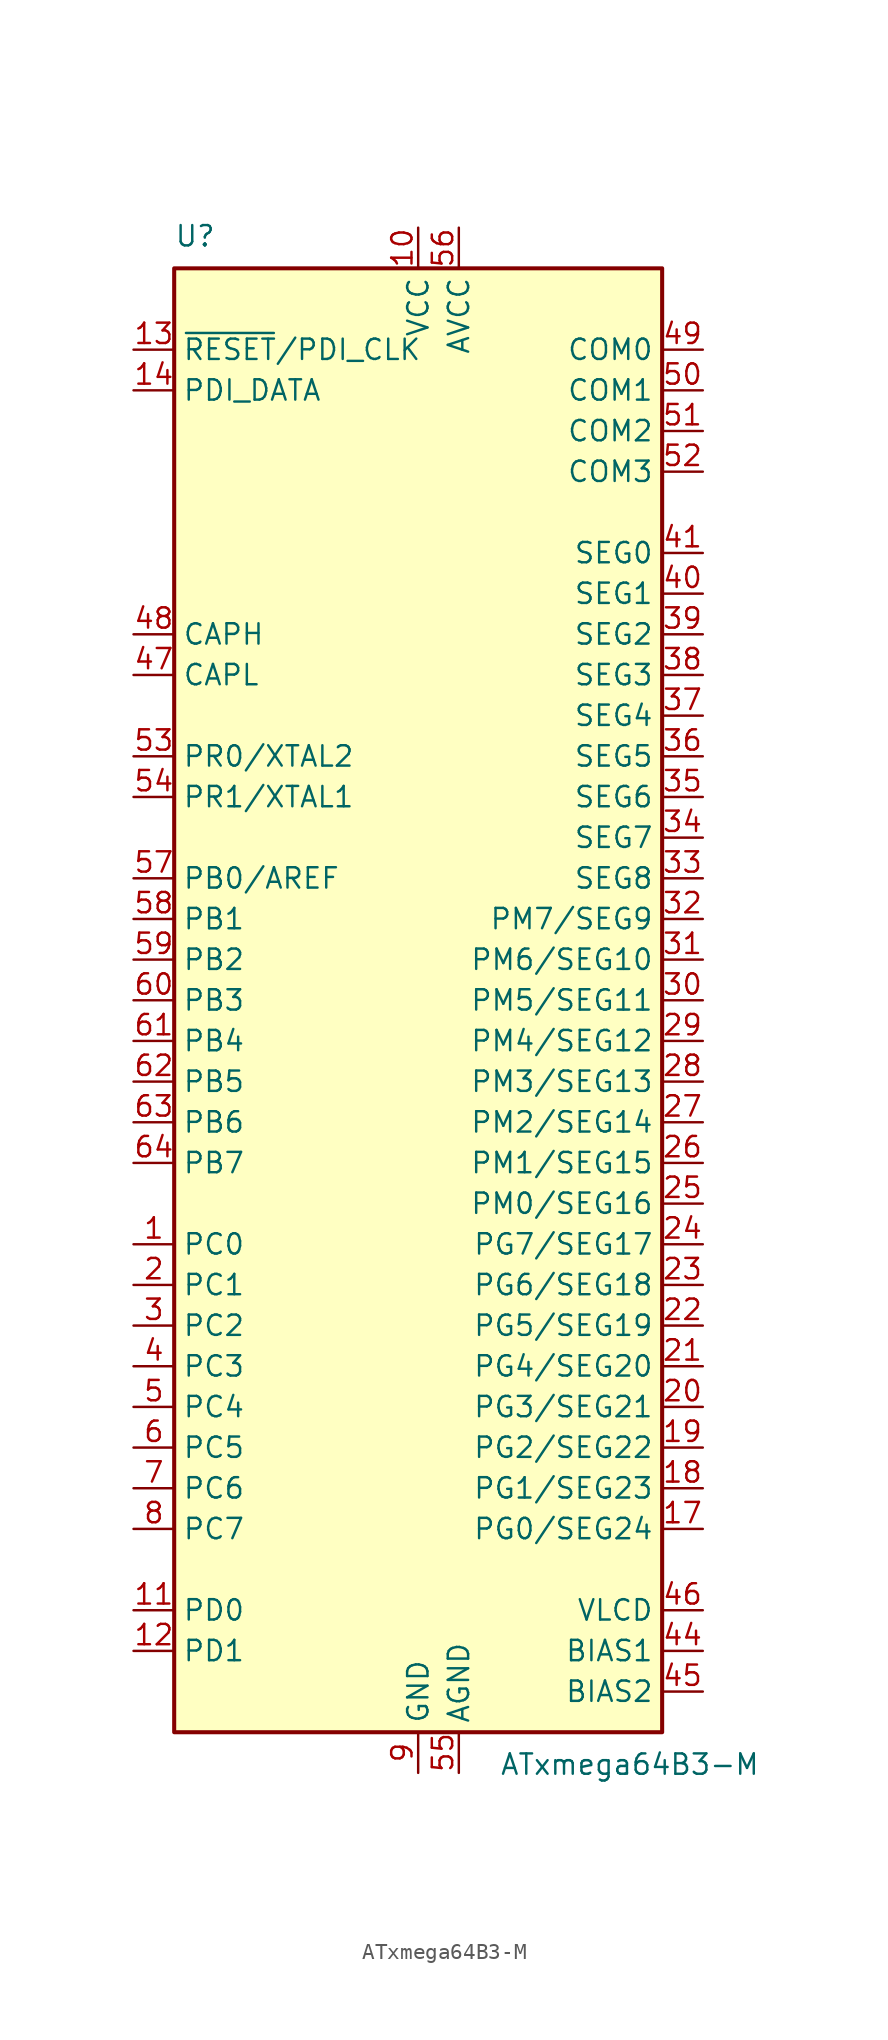
<source format=kicad_sym>
(kicad_symbol_lib
  (version 20211014)
  (generator kicad_symbol_editor)
  (symbol "ATxmega64B3-M"
    (property "Reference" "U"
      (at -15.24 46.99 0)
      (effects (font (size 1.27 1.27)) (justify left bottom)))
    (property "Value" "ATxmega64B3-M"
      (at 5.08 -46.99 0)
      (effects (font (size 1.27 1.27)) (justify left top)))
    (symbol "ATxmega64B3-M_0_1"
      (rectangle (start -15.24 -45.72) (end 15.24 45.72) (stroke (width 0.254) (type default) (color 0 0 0 0)) (fill (type background))))
    (symbol "ATxmega64B3-M_1_1"
      (pin bidirectional line (at -17.78 -15.24 0) (length 2.54) (name "PC0" (effects (font (size 1.27 1.27)))) (number "1" (effects (font (size 1.27 1.27)))))
      (pin power_in line (at 0 48.26 270) (length 2.54) (name "VCC" (effects (font (size 1.27 1.27)))) (number "10" (effects (font (size 1.27 1.27)))))
      (pin bidirectional line (at -17.78 -38.1 0) (length 2.54) (name "PD0" (effects (font (size 1.27 1.27)))) (number "11" (effects (font (size 1.27 1.27)))))
      (pin bidirectional line (at -17.78 -40.64 0) (length 2.54) (name "PD1" (effects (font (size 1.27 1.27)))) (number "12" (effects (font (size 1.27 1.27)))))
      (pin input line (at -17.78 40.64 0) (length 2.54) (name "~{RESET}/PDI_CLK" (effects (font (size 1.27 1.27)))) (number "13" (effects (font (size 1.27 1.27)))))
      (pin bidirectional line (at -17.78 38.1 0) (length 2.54) (name "PDI_DATA" (effects (font (size 1.27 1.27)))) (number "14" (effects (font (size 1.27 1.27)))))
      (pin passive line (at 0 -48.26 90) (length 2.54) hide (name "GND" (effects (font (size 1.27 1.27)))) (number "15" (effects (font (size 1.27 1.27)))))
      (pin passive line (at 0 48.26 270) (length 2.54) hide (name "VCC" (effects (font (size 1.27 1.27)))) (number "16" (effects (font (size 1.27 1.27)))))
      (pin bidirectional line (at 17.78 -33.02 180) (length 2.54) (name "PG0/SEG24" (effects (font (size 1.27 1.27)))) (number "17" (effects (font (size 1.27 1.27)))))
      (pin bidirectional line (at 17.78 -30.48 180) (length 2.54) (name "PG1/SEG23" (effects (font (size 1.27 1.27)))) (number "18" (effects (font (size 1.27 1.27)))))
      (pin bidirectional line (at 17.78 -27.94 180) (length 2.54) (name "PG2/SEG22" (effects (font (size 1.27 1.27)))) (number "19" (effects (font (size 1.27 1.27)))))
      (pin bidirectional line (at -17.78 -17.78 0) (length 2.54) (name "PC1" (effects (font (size 1.27 1.27)))) (number "2" (effects (font (size 1.27 1.27)))))
      (pin bidirectional line (at 17.78 -25.4 180) (length 2.54) (name "PG3/SEG21" (effects (font (size 1.27 1.27)))) (number "20" (effects (font (size 1.27 1.27)))))
      (pin bidirectional line (at 17.78 -22.86 180) (length 2.54) (name "PG4/SEG20" (effects (font (size 1.27 1.27)))) (number "21" (effects (font (size 1.27 1.27)))))
      (pin bidirectional line (at 17.78 -20.32 180) (length 2.54) (name "PG5/SEG19" (effects (font (size 1.27 1.27)))) (number "22" (effects (font (size 1.27 1.27)))))
      (pin bidirectional line (at 17.78 -17.78 180) (length 2.54) (name "PG6/SEG18" (effects (font (size 1.27 1.27)))) (number "23" (effects (font (size 1.27 1.27)))))
      (pin bidirectional line (at 17.78 -15.24 180) (length 2.54) (name "PG7/SEG17" (effects (font (size 1.27 1.27)))) (number "24" (effects (font (size 1.27 1.27)))))
      (pin bidirectional line (at 17.78 -12.7 180) (length 2.54) (name "PM0/SEG16" (effects (font (size 1.27 1.27)))) (number "25" (effects (font (size 1.27 1.27)))))
      (pin bidirectional line (at 17.78 -10.16 180) (length 2.54) (name "PM1/SEG15" (effects (font (size 1.27 1.27)))) (number "26" (effects (font (size 1.27 1.27)))))
      (pin bidirectional line (at 17.78 -7.62 180) (length 2.54) (name "PM2/SEG14" (effects (font (size 1.27 1.27)))) (number "27" (effects (font (size 1.27 1.27)))))
      (pin bidirectional line (at 17.78 -5.08 180) (length 2.54) (name "PM3/SEG13" (effects (font (size 1.27 1.27)))) (number "28" (effects (font (size 1.27 1.27)))))
      (pin bidirectional line (at 17.78 -2.54 180) (length 2.54) (name "PM4/SEG12" (effects (font (size 1.27 1.27)))) (number "29" (effects (font (size 1.27 1.27)))))
      (pin bidirectional line (at -17.78 -20.32 0) (length 2.54) (name "PC2" (effects (font (size 1.27 1.27)))) (number "3" (effects (font (size 1.27 1.27)))))
      (pin bidirectional line (at 17.78 0 180) (length 2.54) (name "PM5/SEG11" (effects (font (size 1.27 1.27)))) (number "30" (effects (font (size 1.27 1.27)))))
      (pin bidirectional line (at 17.78 2.54 180) (length 2.54) (name "PM6/SEG10" (effects (font (size 1.27 1.27)))) (number "31" (effects (font (size 1.27 1.27)))))
      (pin bidirectional line (at 17.78 5.08 180) (length 2.54) (name "PM7/SEG9" (effects (font (size 1.27 1.27)))) (number "32" (effects (font (size 1.27 1.27)))))
      (pin output line (at 17.78 7.62 180) (length 2.54) (name "SEG8" (effects (font (size 1.27 1.27)))) (number "33" (effects (font (size 1.27 1.27)))))
      (pin output line (at 17.78 10.16 180) (length 2.54) (name "SEG7" (effects (font (size 1.27 1.27)))) (number "34" (effects (font (size 1.27 1.27)))))
      (pin output line (at 17.78 12.7 180) (length 2.54) (name "SEG6" (effects (font (size 1.27 1.27)))) (number "35" (effects (font (size 1.27 1.27)))))
      (pin output line (at 17.78 15.24 180) (length 2.54) (name "SEG5" (effects (font (size 1.27 1.27)))) (number "36" (effects (font (size 1.27 1.27)))))
      (pin output line (at 17.78 17.78 180) (length 2.54) (name "SEG4" (effects (font (size 1.27 1.27)))) (number "37" (effects (font (size 1.27 1.27)))))
      (pin output line (at 17.78 20.32 180) (length 2.54) (name "SEG3" (effects (font (size 1.27 1.27)))) (number "38" (effects (font (size 1.27 1.27)))))
      (pin output line (at 17.78 22.86 180) (length 2.54) (name "SEG2" (effects (font (size 1.27 1.27)))) (number "39" (effects (font (size 1.27 1.27)))))
      (pin bidirectional line (at -17.78 -22.86 0) (length 2.54) (name "PC3" (effects (font (size 1.27 1.27)))) (number "4" (effects (font (size 1.27 1.27)))))
      (pin output line (at 17.78 25.4 180) (length 2.54) (name "SEG1" (effects (font (size 1.27 1.27)))) (number "40" (effects (font (size 1.27 1.27)))))
      (pin output line (at 17.78 27.94 180) (length 2.54) (name "SEG0" (effects (font (size 1.27 1.27)))) (number "41" (effects (font (size 1.27 1.27)))))
      (pin passive line (at 0 -48.26 90) (length 2.54) hide (name "GND" (effects (font (size 1.27 1.27)))) (number "42" (effects (font (size 1.27 1.27)))))
      (pin passive line (at 0 48.26 270) (length 2.54) hide (name "VCC" (effects (font (size 1.27 1.27)))) (number "43" (effects (font (size 1.27 1.27)))))
      (pin power_out line (at 17.78 -40.64 180) (length 2.54) (name "BIAS1" (effects (font (size 1.27 1.27)))) (number "44" (effects (font (size 1.27 1.27)))))
      (pin power_out line (at 17.78 -43.18 180) (length 2.54) (name "BIAS2" (effects (font (size 1.27 1.27)))) (number "45" (effects (font (size 1.27 1.27)))))
      (pin power_out line (at 17.78 -38.1 180) (length 2.54) (name "VLCD" (effects (font (size 1.27 1.27)))) (number "46" (effects (font (size 1.27 1.27)))))
      (pin passive line (at -17.78 20.32 0) (length 2.54) (name "CAPL" (effects (font (size 1.27 1.27)))) (number "47" (effects (font (size 1.27 1.27)))))
      (pin passive line (at -17.78 22.86 0) (length 2.54) (name "CAPH" (effects (font (size 1.27 1.27)))) (number "48" (effects (font (size 1.27 1.27)))))
      (pin output line (at 17.78 40.64 180) (length 2.54) (name "COM0" (effects (font (size 1.27 1.27)))) (number "49" (effects (font (size 1.27 1.27)))))
      (pin bidirectional line (at -17.78 -25.4 0) (length 2.54) (name "PC4" (effects (font (size 1.27 1.27)))) (number "5" (effects (font (size 1.27 1.27)))))
      (pin output line (at 17.78 38.1 180) (length 2.54) (name "COM1" (effects (font (size 1.27 1.27)))) (number "50" (effects (font (size 1.27 1.27)))))
      (pin output line (at 17.78 35.56 180) (length 2.54) (name "COM2" (effects (font (size 1.27 1.27)))) (number "51" (effects (font (size 1.27 1.27)))))
      (pin output line (at 17.78 33.02 180) (length 2.54) (name "COM3" (effects (font (size 1.27 1.27)))) (number "52" (effects (font (size 1.27 1.27)))))
      (pin bidirectional line (at -17.78 15.24 0) (length 2.54) (name "PR0/XTAL2" (effects (font (size 1.27 1.27)))) (number "53" (effects (font (size 1.27 1.27)))))
      (pin bidirectional line (at -17.78 12.7 0) (length 2.54) (name "PR1/XTAL1" (effects (font (size 1.27 1.27)))) (number "54" (effects (font (size 1.27 1.27)))))
      (pin power_in line (at 2.54 -48.26 90) (length 2.54) (name "AGND" (effects (font (size 1.27 1.27)))) (number "55" (effects (font (size 1.27 1.27)))))
      (pin power_in line (at 2.54 48.26 270) (length 2.54) (name "AVCC" (effects (font (size 1.27 1.27)))) (number "56" (effects (font (size 1.27 1.27)))))
      (pin bidirectional line (at -17.78 7.62 0) (length 2.54) (name "PB0/AREF" (effects (font (size 1.27 1.27)))) (number "57" (effects (font (size 1.27 1.27)))))
      (pin bidirectional line (at -17.78 5.08 0) (length 2.54) (name "PB1" (effects (font (size 1.27 1.27)))) (number "58" (effects (font (size 1.27 1.27)))))
      (pin bidirectional line (at -17.78 2.54 0) (length 2.54) (name "PB2" (effects (font (size 1.27 1.27)))) (number "59" (effects (font (size 1.27 1.27)))))
      (pin bidirectional line (at -17.78 -27.94 0) (length 2.54) (name "PC5" (effects (font (size 1.27 1.27)))) (number "6" (effects (font (size 1.27 1.27)))))
      (pin bidirectional line (at -17.78 0 0) (length 2.54) (name "PB3" (effects (font (size 1.27 1.27)))) (number "60" (effects (font (size 1.27 1.27)))))
      (pin bidirectional line (at -17.78 -2.54 0) (length 2.54) (name "PB4" (effects (font (size 1.27 1.27)))) (number "61" (effects (font (size 1.27 1.27)))))
      (pin bidirectional line (at -17.78 -5.08 0) (length 2.54) (name "PB5" (effects (font (size 1.27 1.27)))) (number "62" (effects (font (size 1.27 1.27)))))
      (pin bidirectional line (at -17.78 -7.62 0) (length 2.54) (name "PB6" (effects (font (size 1.27 1.27)))) (number "63" (effects (font (size 1.27 1.27)))))
      (pin bidirectional line (at -17.78 -10.16 0) (length 2.54) (name "PB7" (effects (font (size 1.27 1.27)))) (number "64" (effects (font (size 1.27 1.27)))))
      (pin passive line (at 0 -48.26 90) (length 2.54) hide (name "GND" (effects (font (size 1.27 1.27)))) (number "65" (effects (font (size 1.27 1.27)))))
      (pin bidirectional line (at -17.78 -30.48 0) (length 2.54) (name "PC6" (effects (font (size 1.27 1.27)))) (number "7" (effects (font (size 1.27 1.27)))))
      (pin bidirectional line (at -17.78 -33.02 0) (length 2.54) (name "PC7" (effects (font (size 1.27 1.27)))) (number "8" (effects (font (size 1.27 1.27)))))
      (pin power_in line (at 0 -48.26 90) (length 2.54) (name "GND" (effects (font (size 1.27 1.27)))) (number "9" (effects (font (size 1.27 1.27))))))))
</source>
